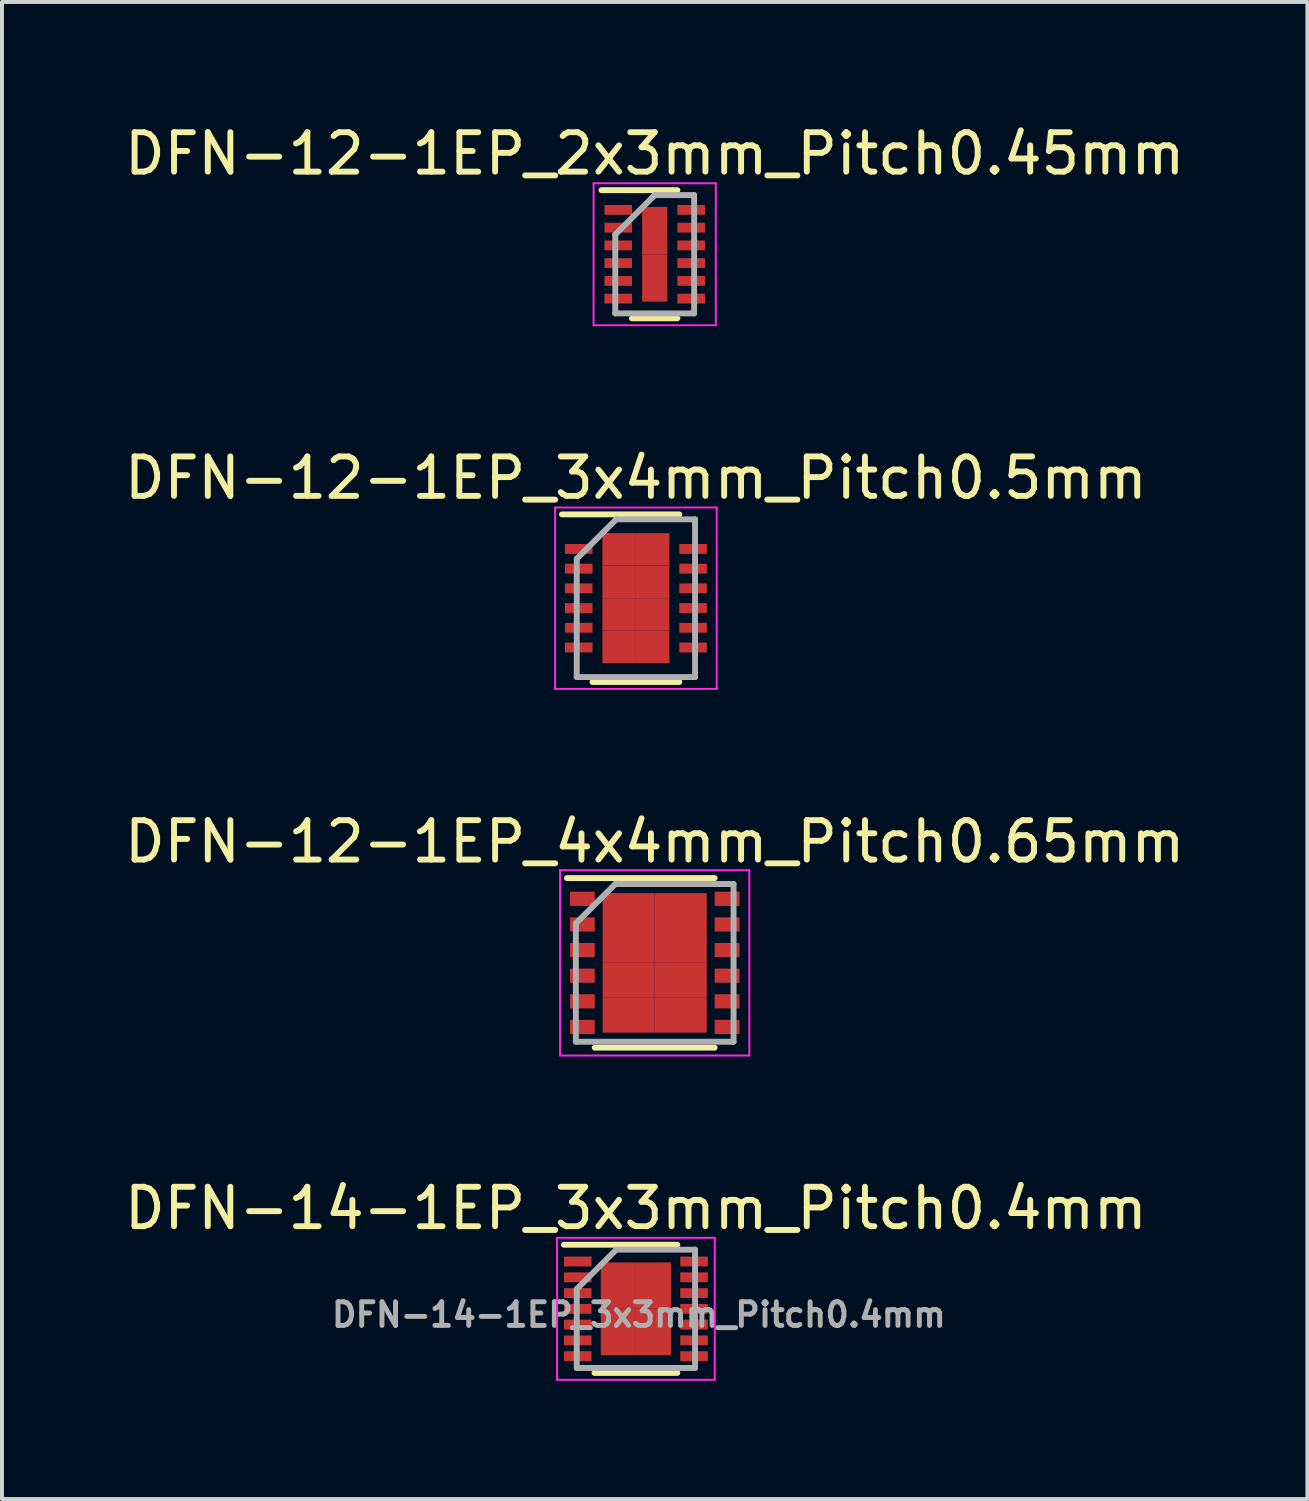
<source format=kicad_pcb>
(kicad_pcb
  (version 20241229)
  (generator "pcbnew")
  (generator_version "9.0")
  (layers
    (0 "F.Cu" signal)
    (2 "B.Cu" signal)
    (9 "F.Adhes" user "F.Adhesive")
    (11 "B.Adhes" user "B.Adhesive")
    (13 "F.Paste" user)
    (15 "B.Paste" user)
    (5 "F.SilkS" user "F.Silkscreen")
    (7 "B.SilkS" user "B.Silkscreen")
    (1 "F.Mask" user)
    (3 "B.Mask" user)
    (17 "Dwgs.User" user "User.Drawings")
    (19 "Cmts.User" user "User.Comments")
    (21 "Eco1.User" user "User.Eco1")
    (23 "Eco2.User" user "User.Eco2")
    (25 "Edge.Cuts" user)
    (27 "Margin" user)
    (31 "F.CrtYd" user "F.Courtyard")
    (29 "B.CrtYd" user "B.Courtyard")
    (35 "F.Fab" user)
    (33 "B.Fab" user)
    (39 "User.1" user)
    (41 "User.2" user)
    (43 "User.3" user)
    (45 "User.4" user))
  (footprint "DFN-14-1EP_3x3mm_Pitch0.4mm"
    (layer "F.Cu")
    (at 13.077 30.143)
    (property "Reference" "DFN-14-1EP_3x3mm_Pitch0.4mm" (at 0 -2.55 0) (layer "F.SilkS") (effects (font (size 1 1) (thickness 0.15))))
    (attr smd)
    (fp_line (start -1.825 -1.625) (end 1.05 -1.625) (stroke (width 0.15) (type solid)) (layer "F.SilkS"))
    (fp_line (start -1.05 1.625) (end 1.05 1.625) (stroke (width 0.15) (type solid)) (layer "F.SilkS"))
    (fp_line (start -2 -1.8) (end -2 1.8) (stroke (width 0.05) (type solid)) (layer "F.CrtYd"))
    (fp_line (start -2 -1.8) (end 2 -1.8) (stroke (width 0.05) (type solid)) (layer "F.CrtYd"))
    (fp_line (start -2 1.8) (end 2 1.8) (stroke (width 0.05) (type solid)) (layer "F.CrtYd"))
    (fp_line (start 2 -1.8) (end 2 1.8) (stroke (width 0.05) (type solid)) (layer "F.CrtYd"))
    (fp_line (start -1.5 -0.5) (end -0.5 -1.5) (stroke (width 0.15) (type solid)) (layer "F.Fab"))
    (fp_line (start -1.5 1.5) (end -1.5 -0.5) (stroke (width 0.15) (type solid)) (layer "F.Fab"))
    (fp_line (start -0.5 -1.5) (end 1.5 -1.5) (stroke (width 0.15) (type solid)) (layer "F.Fab"))
    (fp_line (start 1.5 -1.5) (end 1.5 1.5) (stroke (width 0.15) (type solid)) (layer "F.Fab"))
    (fp_line (start 1.5 1.5) (end -1.5 1.5) (stroke (width 0.15) (type solid)) (layer "F.Fab"))
    (fp_text user "${REFERENCE}" (at 0.075 0.15 0) (layer "F.Fab") (effects (font (size 0.6 0.6) (thickness 0.125))))
    (pad "1" smd rect (at -1.475 -1.2) (size 0.7 0.25) (layers "F.Cu" "F.Mask" "F.Paste"))
    (pad "2" smd rect (at -1.475 -0.8) (size 0.7 0.25) (layers "F.Cu" "F.Mask" "F.Paste"))
    (pad "3" smd rect (at -1.475 -0.4) (size 0.7 0.25) (layers "F.Cu" "F.Mask" "F.Paste"))
    (pad "4" smd rect (at -1.475 0) (size 0.7 0.25) (layers "F.Cu" "F.Mask" "F.Paste"))
    (pad "5" smd rect (at -1.475 0.4) (size 0.7 0.25) (layers "F.Cu" "F.Mask" "F.Paste"))
    (pad "6" smd rect (at -1.475 0.8) (size 0.7 0.25) (layers "F.Cu" "F.Mask" "F.Paste"))
    (pad "7" smd rect (at -1.475 1.2) (size 0.7 0.25) (layers "F.Cu" "F.Mask" "F.Paste"))
    (pad "8" smd rect (at 1.475 1.2) (size 0.7 0.25) (layers "F.Cu" "F.Mask" "F.Paste"))
    (pad "9" smd rect (at 1.475 0.8) (size 0.7 0.25) (layers "F.Cu" "F.Mask" "F.Paste"))
    (pad "10" smd rect (at 1.475 0.4) (size 0.7 0.25) (layers "F.Cu" "F.Mask" "F.Paste"))
    (pad "11" smd rect (at 1.475 0) (size 0.7 0.25) (layers "F.Cu" "F.Mask" "F.Paste"))
    (pad "12" smd rect (at 1.475 -0.4) (size 0.7 0.25) (layers "F.Cu" "F.Mask" "F.Paste"))
    (pad "13" smd rect (at 1.475 -0.8) (size 0.7 0.25) (layers "F.Cu" "F.Mask" "F.Paste"))
    (pad "14" smd rect (at 1.475 -1.2) (size 0.7 0.25) (layers "F.Cu" "F.Mask" "F.Paste"))
    (pad "15" smd rect (at -0.445 -0.588) (size 0.89 1.175) (layers "F.Cu" "F.Mask" "F.Paste"))
    (pad "15" smd rect (at -0.445 0.588) (size 0.89 1.175) (layers "F.Cu" "F.Mask" "F.Paste"))
    (pad "15" smd rect (at 0.445 -0.588) (size 0.89 1.175) (layers "F.Cu" "F.Mask" "F.Paste"))
    (pad "15" smd rect (at 0.445 0.588) (size 0.89 1.175) (layers "F.Cu" "F.Mask" "F.Paste")))
  (footprint "DFN-12-1EP_4x4mm_Pitch0.65mm"
    (layer "F.Cu")
    (at 13.554 21.37)
    (property "Reference" "DFN-12-1EP_4x4mm_Pitch0.65mm" (at 0 -3.075 0) (layer "F.SilkS") (effects (font (size 1 1) (thickness 0.15))))
    (attr smd)
    (fp_line (start -2.225 -2.15) (end 1.52 -2.15) (stroke (width 0.15) (type solid)) (layer "F.SilkS"))
    (fp_line (start -1.52 2.15) (end 1.52 2.15) (stroke (width 0.15) (type solid)) (layer "F.SilkS"))
    (fp_line (start -2.4 -2.35) (end -2.4 2.35) (stroke (width 0.05) (type solid)) (layer "F.CrtYd"))
    (fp_line (start -2.4 -2.35) (end 2.4 -2.35) (stroke (width 0.05) (type solid)) (layer "F.CrtYd"))
    (fp_line (start -2.4 2.35) (end 2.4 2.35) (stroke (width 0.05) (type solid)) (layer "F.CrtYd"))
    (fp_line (start 2.4 -2.35) (end 2.4 2.35) (stroke (width 0.05) (type solid)) (layer "F.CrtYd"))
    (fp_line (start -2 -1) (end -1 -2) (stroke (width 0.15) (type solid)) (layer "F.Fab"))
    (fp_line (start -2 2) (end -2 -1) (stroke (width 0.15) (type solid)) (layer "F.Fab"))
    (fp_line (start -1 -2) (end 2 -2) (stroke (width 0.15) (type solid)) (layer "F.Fab"))
    (fp_line (start 2 -2) (end 2 2) (stroke (width 0.15) (type solid)) (layer "F.Fab"))
    (fp_line (start 2 2) (end -2 2) (stroke (width 0.15) (type solid)) (layer "F.Fab"))
    (pad "1" smd rect (at -1.835 -1.625) (size 0.63 0.36) (layers "F.Cu" "F.Mask" "F.Paste"))
    (pad "2" smd rect (at -1.835 -0.975) (size 0.63 0.36) (layers "F.Cu" "F.Mask" "F.Paste"))
    (pad "3" smd rect (at -1.835 -0.325) (size 0.63 0.36) (layers "F.Cu" "F.Mask" "F.Paste"))
    (pad "4" smd rect (at -1.835 0.325) (size 0.63 0.36) (layers "F.Cu" "F.Mask" "F.Paste"))
    (pad "5" smd rect (at -1.835 0.975) (size 0.63 0.36) (layers "F.Cu" "F.Mask" "F.Paste"))
    (pad "6" smd rect (at -1.835 1.625) (size 0.63 0.36) (layers "F.Cu" "F.Mask" "F.Paste"))
    (pad "7" smd rect (at 1.835 1.625) (size 0.63 0.36) (layers "F.Cu" "F.Mask" "F.Paste"))
    (pad "8" smd rect (at 1.835 0.975) (size 0.63 0.36) (layers "F.Cu" "F.Mask" "F.Paste"))
    (pad "9" smd rect (at 1.835 0.325) (size 0.63 0.36) (layers "F.Cu" "F.Mask" "F.Paste"))
    (pad "10" smd rect (at 1.835 -0.325) (size 0.63 0.36) (layers "F.Cu" "F.Mask" "F.Paste"))
    (pad "11" smd rect (at 1.835 -0.975) (size 0.63 0.36) (layers "F.Cu" "F.Mask" "F.Paste"))
    (pad "12" smd rect (at 1.835 -1.625) (size 0.63 0.36) (layers "F.Cu" "F.Mask" "F.Paste"))
    (pad "13" smd rect (at -0.66 -1.327) (size 1.32 0.885) (layers "F.Cu" "F.Mask" "F.Paste"))
    (pad "13" smd rect (at -0.66 -0.443) (size 1.32 0.885) (layers "F.Cu" "F.Mask" "F.Paste"))
    (pad "13" smd rect (at -0.66 0.443) (size 1.32 0.885) (layers "F.Cu" "F.Mask" "F.Paste"))
    (pad "13" smd rect (at -0.66 1.327) (size 1.32 0.885) (layers "F.Cu" "F.Mask" "F.Paste"))
    (pad "13" smd rect (at 0.66 -1.327) (size 1.32 0.885) (layers "F.Cu" "F.Mask" "F.Paste"))
    (pad "13" smd rect (at 0.66 -0.443) (size 1.32 0.885) (layers "F.Cu" "F.Mask" "F.Paste"))
    (pad "13" smd rect (at 0.66 0.443) (size 1.32 0.885) (layers "F.Cu" "F.Mask" "F.Paste"))
    (pad "13" smd rect (at 0.66 1.327) (size 1.32 0.885) (layers "F.Cu" "F.Mask" "F.Paste")))
  (footprint "DFN-12-1EP_2x3mm_Pitch0.45mm"
    (layer "F.Cu")
    (at 13.554 3.398)
    (property "Reference" "DFN-12-1EP_2x3mm_Pitch0.45mm" (at 0 -2.55 0) (layer "F.SilkS") (effects (font (size 1 1) (thickness 0.15))))
    (attr smd)
    (fp_line (start -1.35 -1.625) (end 0.575 -1.625) (stroke (width 0.15) (type solid)) (layer "F.SilkS"))
    (fp_line (start -0.575 1.625) (end 0.575 1.625) (stroke (width 0.15) (type solid)) (layer "F.SilkS"))
    (fp_line (start -1.55 -1.8) (end -1.55 1.8) (stroke (width 0.05) (type solid)) (layer "F.CrtYd"))
    (fp_line (start -1.55 -1.8) (end 1.55 -1.8) (stroke (width 0.05) (type solid)) (layer "F.CrtYd"))
    (fp_line (start -1.55 1.8) (end 1.55 1.8) (stroke (width 0.05) (type solid)) (layer "F.CrtYd"))
    (fp_line (start 1.55 -1.8) (end 1.55 1.8) (stroke (width 0.05) (type solid)) (layer "F.CrtYd"))
    (fp_line (start -1 -0.5) (end 0 -1.5) (stroke (width 0.15) (type solid)) (layer "F.Fab"))
    (fp_line (start -1 1.5) (end -1 -0.5) (stroke (width 0.15) (type solid)) (layer "F.Fab"))
    (fp_line (start 0 -1.5) (end 1 -1.5) (stroke (width 0.15) (type solid)) (layer "F.Fab"))
    (fp_line (start 1 -1.5) (end 1 1.5) (stroke (width 0.15) (type solid)) (layer "F.Fab"))
    (fp_line (start 1 1.5) (end -1 1.5) (stroke (width 0.15) (type solid)) (layer "F.Fab"))
    (pad "1" smd rect (at -0.925 -1.125) (size 0.7 0.25) (layers "F.Cu" "F.Mask" "F.Paste"))
    (pad "2" smd rect (at -0.925 -0.675) (size 0.7 0.25) (layers "F.Cu" "F.Mask" "F.Paste"))
    (pad "3" smd rect (at -0.925 -0.225) (size 0.7 0.25) (layers "F.Cu" "F.Mask" "F.Paste"))
    (pad "4" smd rect (at -0.925 0.225) (size 0.7 0.25) (layers "F.Cu" "F.Mask" "F.Paste"))
    (pad "5" smd rect (at -0.925 0.675) (size 0.7 0.25) (layers "F.Cu" "F.Mask" "F.Paste"))
    (pad "6" smd rect (at -0.925 1.125) (size 0.7 0.25) (layers "F.Cu" "F.Mask" "F.Paste"))
    (pad "7" smd rect (at 0.925 1.125) (size 0.7 0.25) (layers "F.Cu" "F.Mask" "F.Paste"))
    (pad "8" smd rect (at 0.925 0.675) (size 0.7 0.25) (layers "F.Cu" "F.Mask" "F.Paste"))
    (pad "9" smd rect (at 0.925 0.225) (size 0.7 0.25) (layers "F.Cu" "F.Mask" "F.Paste"))
    (pad "10" smd rect (at 0.925 -0.225) (size 0.7 0.25) (layers "F.Cu" "F.Mask" "F.Paste"))
    (pad "11" smd rect (at 0.925 -0.675) (size 0.7 0.25) (layers "F.Cu" "F.Mask" "F.Paste"))
    (pad "12" smd rect (at 0.925 -1.125) (size 0.7 0.25) (layers "F.Cu" "F.Mask" "F.Paste"))
    (pad "13" smd rect (at 0 -0.6) (size 0.64 1.2) (layers "F.Cu" "F.Mask" "F.Paste"))
    (pad "13" smd rect (at 0 0.6) (size 0.64 1.2) (layers "F.Cu" "F.Mask" "F.Paste")))
  (footprint "DFN-12-1EP_3x4mm_Pitch0.5mm"
    (layer "F.Cu")
    (at 13.077 12.121)
    (property "Reference" "DFN-12-1EP_3x4mm_Pitch0.5mm" (at 0 -3.05 0) (layer "F.SilkS") (effects (font (size 1 1) (thickness 0.15))))
    (attr smd)
    (fp_line (start -1.875 -2.125) (end 1.1 -2.125) (stroke (width 0.15) (type solid)) (layer "F.SilkS"))
    (fp_line (start -1.1 2.125) (end 1.1 2.125) (stroke (width 0.15) (type solid)) (layer "F.SilkS"))
    (fp_line (start -2.05 -2.3) (end -2.05 2.3) (stroke (width 0.05) (type solid)) (layer "F.CrtYd"))
    (fp_line (start -2.05 -2.3) (end 2.05 -2.3) (stroke (width 0.05) (type solid)) (layer "F.CrtYd"))
    (fp_line (start -2.05 2.3) (end 2.05 2.3) (stroke (width 0.05) (type solid)) (layer "F.CrtYd"))
    (fp_line (start 2.05 -2.3) (end 2.05 2.3) (stroke (width 0.05) (type solid)) (layer "F.CrtYd"))
    (fp_line (start -1.5 -1) (end -0.5 -2) (stroke (width 0.15) (type solid)) (layer "F.Fab"))
    (fp_line (start -1.5 2) (end -1.5 -1) (stroke (width 0.15) (type solid)) (layer "F.Fab"))
    (fp_line (start -0.5 -2) (end 1.5 -2) (stroke (width 0.15) (type solid)) (layer "F.Fab"))
    (fp_line (start 1.5 -2) (end 1.5 2) (stroke (width 0.15) (type solid)) (layer "F.Fab"))
    (fp_line (start 1.5 2) (end -1.5 2) (stroke (width 0.15) (type solid)) (layer "F.Fab"))
    (pad "1" smd rect (at -1.45 -1.25) (size 0.7 0.25) (layers "F.Cu" "F.Mask" "F.Paste"))
    (pad "2" smd rect (at -1.45 -0.75) (size 0.7 0.25) (layers "F.Cu" "F.Mask" "F.Paste"))
    (pad "3" smd rect (at -1.45 -0.25) (size 0.7 0.25) (layers "F.Cu" "F.Mask" "F.Paste"))
    (pad "4" smd rect (at -1.45 0.25) (size 0.7 0.25) (layers "F.Cu" "F.Mask" "F.Paste"))
    (pad "5" smd rect (at -1.45 0.75) (size 0.7 0.25) (layers "F.Cu" "F.Mask" "F.Paste"))
    (pad "6" smd rect (at -1.45 1.25) (size 0.7 0.25) (layers "F.Cu" "F.Mask" "F.Paste"))
    (pad "7" smd rect (at 1.45 1.25) (size 0.7 0.25) (layers "F.Cu" "F.Mask" "F.Paste"))
    (pad "8" smd rect (at 1.45 0.75) (size 0.7 0.25) (layers "F.Cu" "F.Mask" "F.Paste"))
    (pad "9" smd rect (at 1.45 0.25) (size 0.7 0.25) (layers "F.Cu" "F.Mask" "F.Paste"))
    (pad "10" smd rect (at 1.45 -0.25) (size 0.7 0.25) (layers "F.Cu" "F.Mask" "F.Paste"))
    (pad "11" smd rect (at 1.45 -0.75) (size 0.7 0.25) (layers "F.Cu" "F.Mask" "F.Paste"))
    (pad "12" smd rect (at 1.45 -1.25) (size 0.7 0.25) (layers "F.Cu" "F.Mask" "F.Paste"))
    (pad "13" smd rect (at -0.425 -1.238) (size 0.85 0.825) (layers "F.Cu" "F.Mask" "F.Paste"))
    (pad "13" smd rect (at -0.425 -0.412) (size 0.85 0.825) (layers "F.Cu" "F.Mask" "F.Paste"))
    (pad "13" smd rect (at -0.425 0.412) (size 0.85 0.825) (layers "F.Cu" "F.Mask" "F.Paste"))
    (pad "13" smd rect (at -0.425 1.238) (size 0.85 0.825) (layers "F.Cu" "F.Mask" "F.Paste"))
    (pad "13" smd rect (at 0.425 -1.238) (size 0.85 0.825) (layers "F.Cu" "F.Mask" "F.Paste"))
    (pad "13" smd rect (at 0.425 -0.412) (size 0.85 0.825) (layers "F.Cu" "F.Mask" "F.Paste"))
    (pad "13" smd rect (at 0.425 0.412) (size 0.85 0.825) (layers "F.Cu" "F.Mask" "F.Paste"))
    (pad "13" smd rect (at 0.425 1.238) (size 0.85 0.825) (layers "F.Cu" "F.Mask" "F.Paste")))
  (gr_rect
    (start -3 -3)
    (end 30.107 34.968)
    (stroke (width 0.1) (type default))
    (fill no)
    (layer "Edge.Cuts")))
</source>
